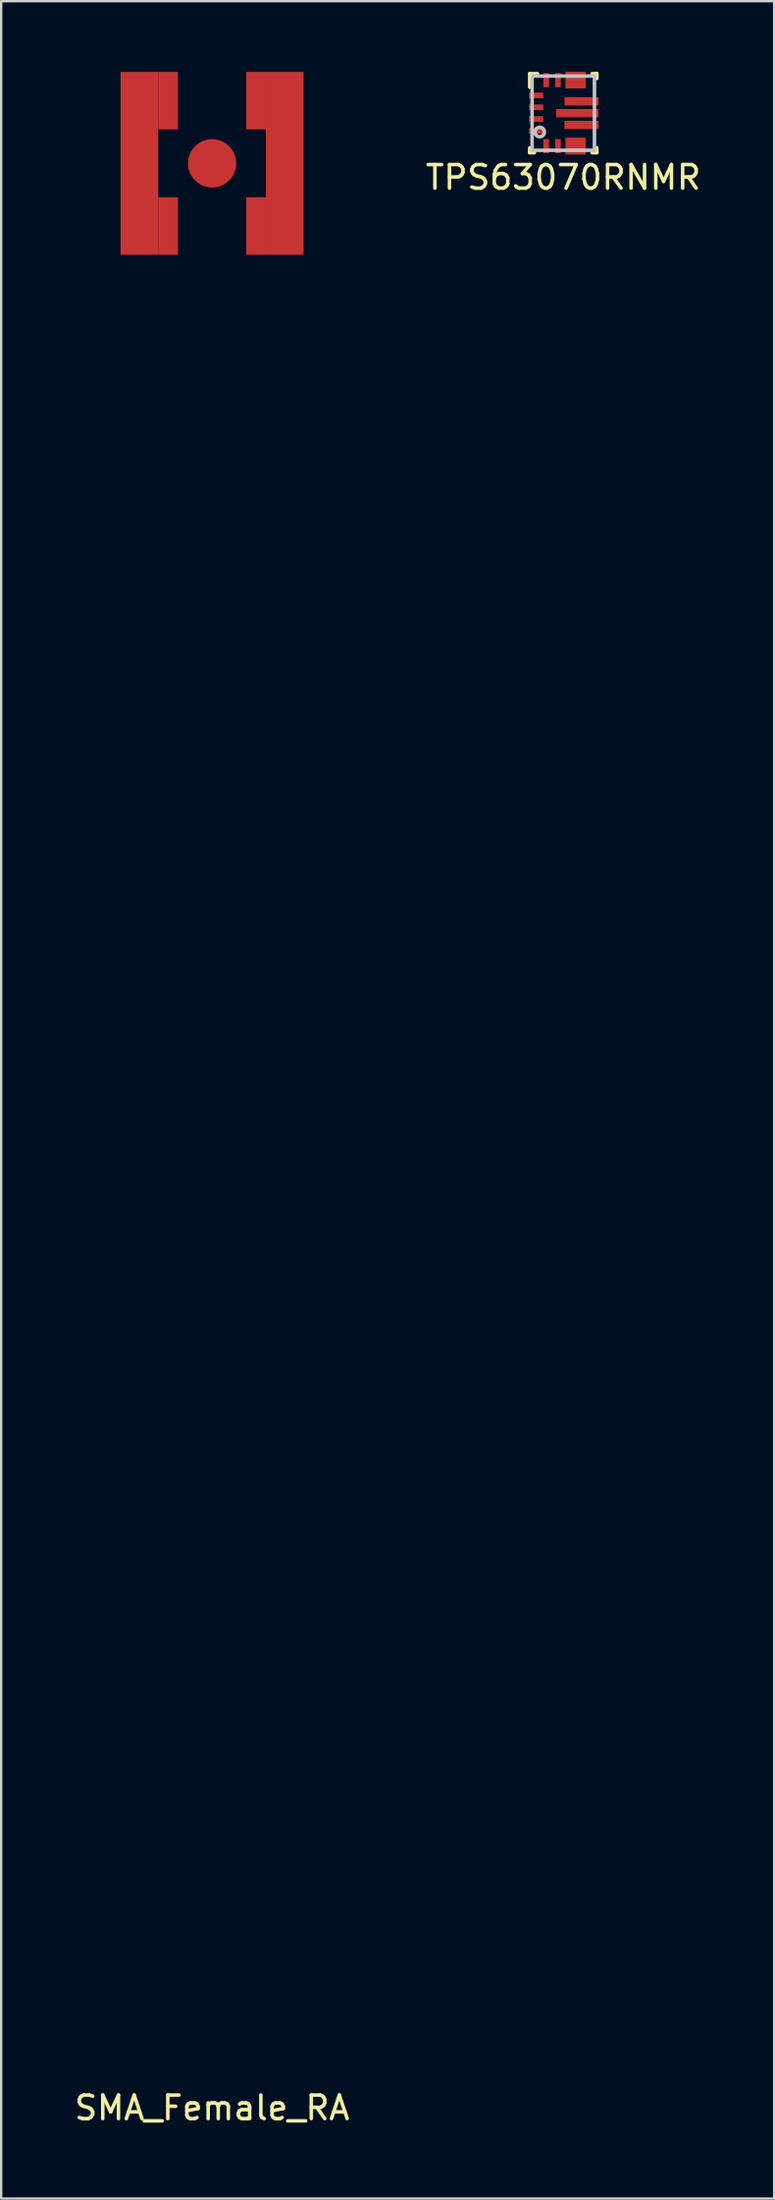
<source format=kicad_pcb>
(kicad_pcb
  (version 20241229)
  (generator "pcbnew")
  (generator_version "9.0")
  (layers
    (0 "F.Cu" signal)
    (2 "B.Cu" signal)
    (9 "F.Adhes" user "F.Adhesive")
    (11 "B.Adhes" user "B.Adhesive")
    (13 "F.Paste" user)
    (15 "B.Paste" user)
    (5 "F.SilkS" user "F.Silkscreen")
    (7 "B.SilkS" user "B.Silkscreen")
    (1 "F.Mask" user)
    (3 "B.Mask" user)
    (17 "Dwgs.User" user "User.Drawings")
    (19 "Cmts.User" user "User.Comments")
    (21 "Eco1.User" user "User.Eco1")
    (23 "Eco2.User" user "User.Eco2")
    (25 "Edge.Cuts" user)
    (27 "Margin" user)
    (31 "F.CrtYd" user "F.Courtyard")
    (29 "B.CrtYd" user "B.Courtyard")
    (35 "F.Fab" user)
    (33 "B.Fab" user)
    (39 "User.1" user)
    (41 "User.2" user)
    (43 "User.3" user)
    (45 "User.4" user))
  (footprint "SMA_Female_RA"
    (layer "F.Cu")
    (at 5.958 3.88)
    (property "Reference" "SMA_Female_RA" (at 0 82.5 0) (layer "F.SilkS") (effects (font (size 1 1) (thickness 0.15))))
    (attr through_hole)
    (pad "1" smd circle (at 0 0) (size 2.05 2.05) (layers "F.Cu" "F.Mask" "F.Paste"))
    (pad "2" smd rect (at -2.286 0) (size 1.6 7.76) (drill (offset -0.8 0)) (layers "F.Cu" "F.Mask" "F.Paste"))
    (pad "2" smd rect (at -1.87 -2.66) (size 0.84 2.44) (layers "F.Cu" "F.Mask" "F.Paste"))
    (pad "2" smd rect (at -1.87 2.66) (size 0.84 2.44) (layers "F.Cu" "F.Mask" "F.Paste"))
    (pad "2" smd rect (at 1.87 -2.66) (size 0.84 2.44) (layers "F.Cu" "F.Mask" "F.Paste"))
    (pad "2" smd rect (at 1.87 2.66) (size 0.84 2.44) (layers "F.Cu" "F.Mask" "F.Paste"))
    (pad "2" smd rect (at 2.286 0) (size 1.6 7.76) (drill (offset 0.8 0)) (layers "F.Cu" "F.Mask" "F.Paste")))
  (footprint "TPS63070RNMR"
    (layer "F.Cu")
    (at 20.875 1.751)
    (property "Reference" "TPS63070RNMR" (at 0 2.725 0) (layer "F.SilkS") (effects (font (size 1 1) (thickness 0.15))))
    (attr through_hole)
    (fp_line (start -1.425 -1.675) (end -1.1 -1.675) (stroke (width 0.152) (type solid)) (layer "F.SilkS"))
    (fp_line (start -1.425 -1.1) (end -1.425 -1.675) (stroke (width 0.152) (type solid)) (layer "F.SilkS"))
    (fp_line (start -1.425 1.675) (end -1.425 1.475) (stroke (width 0.152) (type solid)) (layer "F.SilkS"))
    (fp_line (start -1.425 1.675) (end -1.225 1.675) (stroke (width 0.152) (type solid)) (layer "F.SilkS"))
    (fp_line (start 1.225 -1.675) (end 1.425 -1.675) (stroke (width 0.152) (type solid)) (layer "F.SilkS"))
    (fp_line (start 1.225 1.675) (end 1.425 1.675) (stroke (width 0.152) (type solid)) (layer "F.SilkS"))
    (fp_line (start 1.425 -1.475) (end 1.425 -1.675) (stroke (width 0.152) (type solid)) (layer "F.SilkS"))
    (fp_line (start 1.425 1.675) (end 1.425 1.475) (stroke (width 0.152) (type solid)) (layer "F.SilkS"))
    (fp_line (start -1.325 -1.575) (end 1.325 -1.575) (stroke (width 0.152) (type solid)) (layer "Dwgs.User"))
    (fp_line (start -1.325 1.575) (end -1.325 -1.575) (stroke (width 0.152) (type solid)) (layer "Dwgs.User"))
    (fp_line (start -1.325 1.575) (end 1.325 1.575) (stroke (width 0.152) (type solid)) (layer "Dwgs.User"))
    (fp_line (start 1.325 1.575) (end 1.325 -1.575) (stroke (width 0.152) (type solid)) (layer "Dwgs.User"))
    (fp_circle (center -1 0.8) (end -0.8 0.8) (stroke (width 0.152) (type solid)) (fill no) (layer "Dwgs.User"))
    (pad "" smd rect (at 0.525 -1.4 90) (size 0.000003 0.15) (layers "F.Mask"))
    (pad "" smd rect (at 0.525 -1.4 90) (size 0.000003 0.15) (layers "F.Mask"))
    (pad "" smd rect (at 0.525 -1.4 90) (size 0.000003 0.15) (layers "F.Paste"))
    (pad "" smd rect (at 0.525 -1.4 90) (size 0.000003 0.15) (layers "F.Paste"))
    (pad "" smd rect (at 0.525 1.4 90) (size 0.000003 0.15) (layers "F.Mask"))
    (pad "" smd rect (at 0.525 1.4 90) (size 0.000003 0.15) (layers "F.Mask"))
    (pad "" smd rect (at 0.525 1.4 90) (size 0.000003 0.15) (layers "F.Paste"))
    (pad "" smd rect (at 0.525 1.4 90) (size 0.000003 0.15) (layers "F.Paste"))
    (pad "" smd rect (at 0.775 -0.5 90) (size 0.025 0.025) (layers "F.Paste"))
    (pad "" smd rect (at 0.775 0.5 90) (size 0.025 0.025) (layers "F.Paste"))
    (pad "1" smd rect (at -1.15 -0.75 90) (size 0.24 0.6) (layers "F.Cu"))
    (pad "2" smd rect (at -1.15 -0.25 90) (size 0.24 0.6) (layers "F.Cu"))
    (pad "3" smd rect (at -1.15 0.25 90) (size 0.24 0.6) (layers "F.Cu"))
    (pad "4" smd rect (at -1.15 0.75 90) (size 0.24 0.6) (layers "F.Cu"))
    (pad "5" smd rect (at -0.725 1.4) (size 0.24 0.6) (layers "F.Cu"))
    (pad "6" smd rect (at -0.225 1.4) (size 0.24 0.6) (layers "F.Cu"))
    (pad "7" smd rect (at 0.525 1.4 90) (size 0.7 0.85) (layers "F.Cu"))
    (pad "8" smd rect (at 0.525 1.4 90) (size 0.7 0.85) (layers "F.Cu"))
    (pad "9" smd rect (at 0.775 0.5 90) (size 0.35 1.45) (layers "F.Cu"))
    (pad "10" smd rect (at 0.6 0 90) (size 0.35 1.8) (layers "F.Cu"))
    (pad "11" smd rect (at 0.775 -0.5 90) (size 0.35 1.45) (layers "F.Cu"))
    (pad "12" smd rect (at 0.525 -1.4 90) (size 0.7 0.85) (layers "F.Cu"))
    (pad "13" smd rect (at 0.525 -1.4 90) (size 0.7 0.85) (layers "F.Cu"))
    (pad "14" smd rect (at -0.225 -1.4) (size 0.24 0.6) (layers "F.Cu"))
    (pad "15" smd rect (at -0.725 -1.4) (size 0.24 0.6) (layers "F.Cu")))
  (gr_rect
    (start -3 -3)
    (end 29.833 90.228)
    (stroke (width 0.1) (type default))
    (fill no)
    (layer "Edge.Cuts")))
</source>
